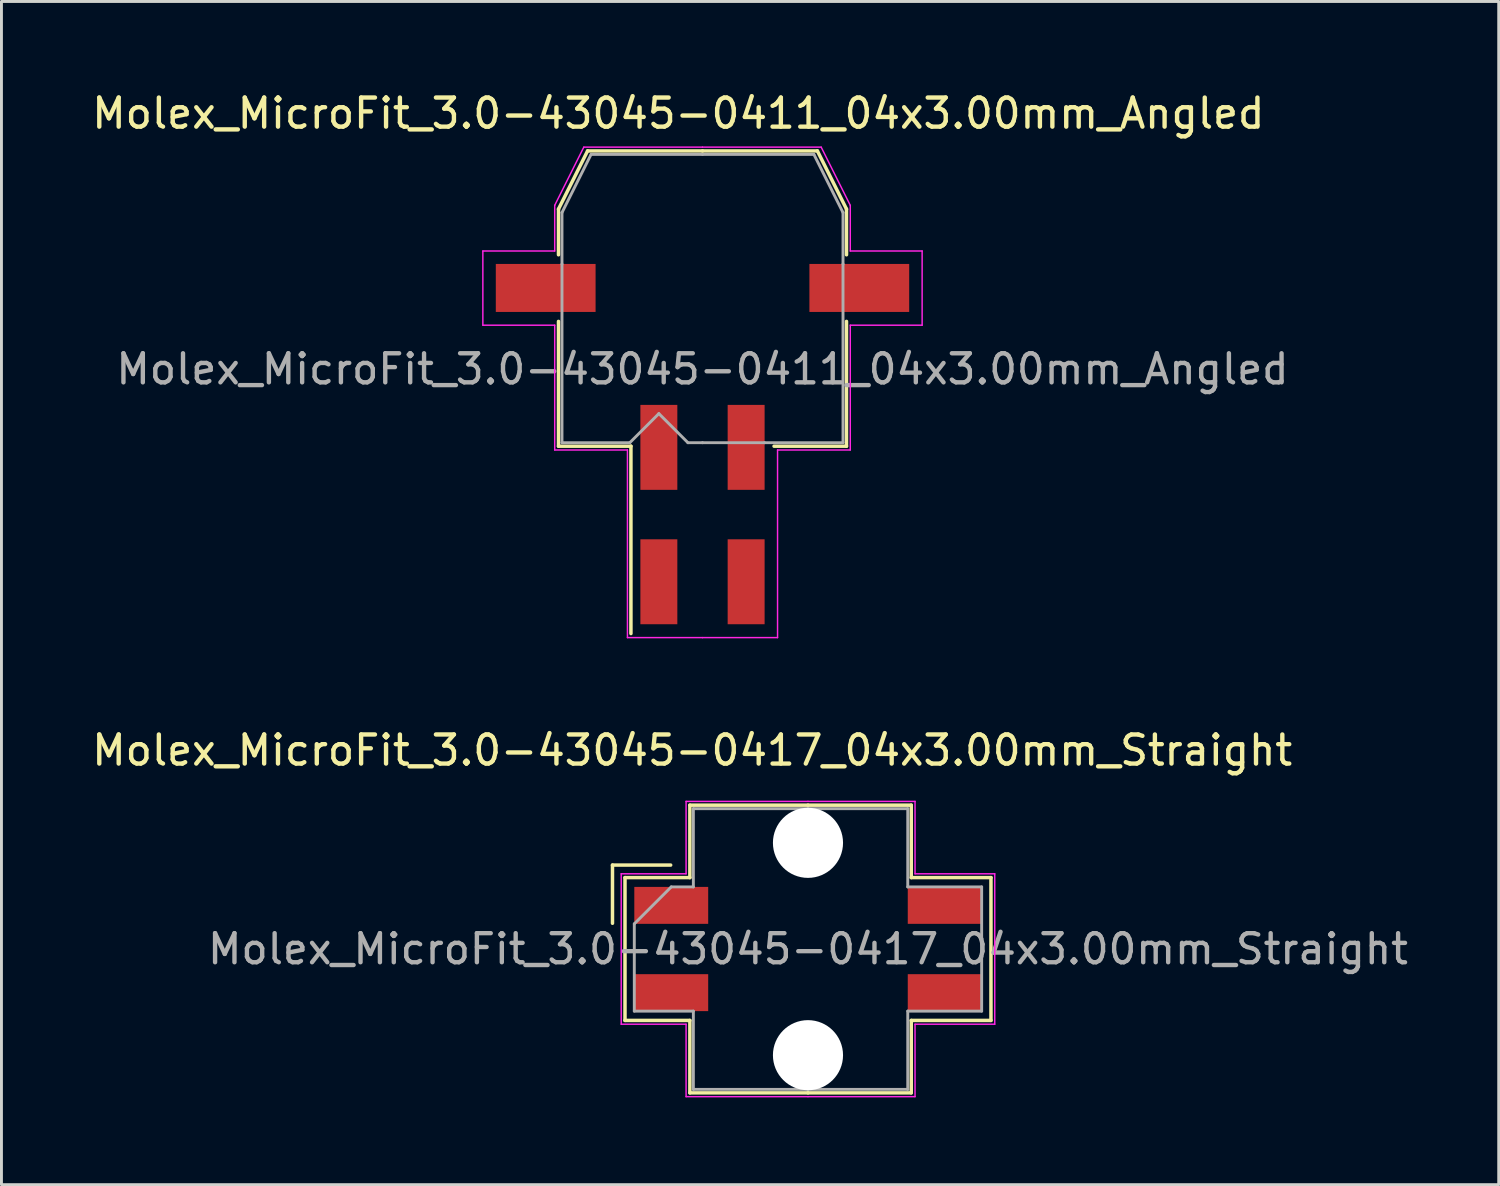
<source format=kicad_pcb>
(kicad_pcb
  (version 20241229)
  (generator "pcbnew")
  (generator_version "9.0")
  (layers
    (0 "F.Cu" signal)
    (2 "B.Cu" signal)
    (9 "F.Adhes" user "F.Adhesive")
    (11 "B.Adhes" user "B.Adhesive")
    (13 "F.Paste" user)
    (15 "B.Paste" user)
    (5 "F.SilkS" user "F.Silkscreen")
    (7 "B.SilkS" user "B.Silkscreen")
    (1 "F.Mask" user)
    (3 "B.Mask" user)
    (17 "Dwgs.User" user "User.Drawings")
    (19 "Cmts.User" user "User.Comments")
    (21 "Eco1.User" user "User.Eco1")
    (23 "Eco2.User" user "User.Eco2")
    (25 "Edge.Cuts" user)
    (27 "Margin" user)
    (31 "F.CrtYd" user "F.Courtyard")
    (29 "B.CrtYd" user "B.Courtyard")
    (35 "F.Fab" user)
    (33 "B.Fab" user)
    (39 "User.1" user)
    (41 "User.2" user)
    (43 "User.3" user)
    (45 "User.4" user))
  (footprint "Molex_MicroFit_3.0-43045-0411_04x3.00mm_Angled"
    (layer "F.Cu")
    (at 21.098 14.638)
    (property "Reference" "Molex_MicroFit_3.0-43045-0411_04x3.00mm_Angled" (at -0.83 -13.79 0) (layer "F.SilkS") (effects (font (size 1 1) (thickness 0.15))))
    (attr smd)
    (fp_line (start -4.95 -10.5) (end -4.95 -8.93) (stroke (width 0.12) (type solid)) (layer "F.SilkS"))
    (fp_line (start -4.95 -6.64) (end -4.95 -2.35) (stroke (width 0.12) (type solid)) (layer "F.SilkS"))
    (fp_line (start -4.95 -2.35) (end -2.46 -2.35) (stroke (width 0.12) (type solid)) (layer "F.SilkS"))
    (fp_line (start -3.95 -12.5) (end -4.95 -10.5) (stroke (width 0.12) (type solid)) (layer "F.SilkS"))
    (fp_line (start -2.46 -2.35) (end -2.46 4.09) (stroke (width 0.12) (type solid)) (layer "F.SilkS"))
    (fp_line (start 0 -12.5) (end -3.95 -12.5) (stroke (width 0.12) (type solid)) (layer "F.SilkS"))
    (fp_line (start 0 -12.5) (end 3.95 -12.5) (stroke (width 0.12) (type solid)) (layer "F.SilkS"))
    (fp_line (start 3.95 -12.5) (end 4.95 -10.5) (stroke (width 0.12) (type solid)) (layer "F.SilkS"))
    (fp_line (start 4.95 -10.5) (end 4.95 -8.93) (stroke (width 0.12) (type solid)) (layer "F.SilkS"))
    (fp_line (start 4.95 -6.64) (end 4.95 -2.35) (stroke (width 0.12) (type solid)) (layer "F.SilkS"))
    (fp_line (start 4.95 -2.35) (end 2.46 -2.35) (stroke (width 0.12) (type solid)) (layer "F.SilkS"))
    (fp_line (start -7.55 -9.06) (end -7.55 -6.51) (stroke (width 0.05) (type solid)) (layer "F.CrtYd"))
    (fp_line (start -7.55 -6.51) (end -5.08 -6.51) (stroke (width 0.05) (type solid)) (layer "F.CrtYd"))
    (fp_line (start -5.08 -10.63) (end -5.08 -9.06) (stroke (width 0.05) (type solid)) (layer "F.CrtYd"))
    (fp_line (start -5.08 -9.06) (end -7.55 -9.06) (stroke (width 0.05) (type solid)) (layer "F.CrtYd"))
    (fp_line (start -5.08 -6.51) (end -5.08 -2.22) (stroke (width 0.05) (type solid)) (layer "F.CrtYd"))
    (fp_line (start -5.08 -2.22) (end -2.58 -2.22) (stroke (width 0.05) (type solid)) (layer "F.CrtYd"))
    (fp_line (start -4.08 -12.63) (end -5.08 -10.63) (stroke (width 0.05) (type solid)) (layer "F.CrtYd"))
    (fp_line (start -2.58 -2.22) (end -2.58 4.23) (stroke (width 0.05) (type solid)) (layer "F.CrtYd"))
    (fp_line (start -2.58 4.23) (end 0 4.23) (stroke (width 0.05) (type solid)) (layer "F.CrtYd"))
    (fp_line (start 0 -12.63) (end -4.08 -12.63) (stroke (width 0.05) (type solid)) (layer "F.CrtYd"))
    (fp_line (start 0 -12.63) (end 4.08 -12.63) (stroke (width 0.05) (type solid)) (layer "F.CrtYd"))
    (fp_line (start 2.58 -2.22) (end 2.58 4.23) (stroke (width 0.05) (type solid)) (layer "F.CrtYd"))
    (fp_line (start 2.58 4.23) (end 0 4.23) (stroke (width 0.05) (type solid)) (layer "F.CrtYd"))
    (fp_line (start 4.08 -12.63) (end 5.08 -10.63) (stroke (width 0.05) (type solid)) (layer "F.CrtYd"))
    (fp_line (start 5.08 -10.63) (end 5.08 -9.06) (stroke (width 0.05) (type solid)) (layer "F.CrtYd"))
    (fp_line (start 5.08 -9.06) (end 7.55 -9.06) (stroke (width 0.05) (type solid)) (layer "F.CrtYd"))
    (fp_line (start 5.08 -6.51) (end 5.08 -2.22) (stroke (width 0.05) (type solid)) (layer "F.CrtYd"))
    (fp_line (start 5.08 -2.22) (end 2.58 -2.22) (stroke (width 0.05) (type solid)) (layer "F.CrtYd"))
    (fp_line (start 7.55 -9.06) (end 7.55 -6.51) (stroke (width 0.05) (type solid)) (layer "F.CrtYd"))
    (fp_line (start 7.55 -6.51) (end 5.08 -6.51) (stroke (width 0.05) (type solid)) (layer "F.CrtYd"))
    (fp_line (start -4.83 -10.38) (end -4.83 -8.61) (stroke (width 0.1) (type solid)) (layer "F.Fab"))
    (fp_line (start -4.83 -8.61) (end -4.83 -2.47) (stroke (width 0.1) (type solid)) (layer "F.Fab"))
    (fp_line (start -4.83 -2.47) (end -2.5 -2.47) (stroke (width 0.1) (type solid)) (layer "F.Fab"))
    (fp_line (start -3.83 -12.38) (end -4.83 -10.38) (stroke (width 0.1) (type solid)) (layer "F.Fab"))
    (fp_line (start -2.5 -2.47) (end -1.5 -3.47) (stroke (width 0.1) (type solid)) (layer "F.Fab"))
    (fp_line (start -1.5 -3.47) (end -0.5 -2.47) (stroke (width 0.1) (type solid)) (layer "F.Fab"))
    (fp_line (start -0.5 -2.47) (end 0 -2.47) (stroke (width 0.1) (type solid)) (layer "F.Fab"))
    (fp_line (start 0 -12.38) (end -3.83 -12.38) (stroke (width 0.1) (type solid)) (layer "F.Fab"))
    (fp_line (start 0 -12.38) (end 3.83 -12.38) (stroke (width 0.1) (type solid)) (layer "F.Fab"))
    (fp_line (start 2.13 -2.47) (end 0 -2.47) (stroke (width 0.1) (type solid)) (layer "F.Fab"))
    (fp_line (start 3.83 -12.38) (end 4.83 -10.38) (stroke (width 0.1) (type solid)) (layer "F.Fab"))
    (fp_line (start 4.83 -10.38) (end 4.83 -8.61) (stroke (width 0.1) (type solid)) (layer "F.Fab"))
    (fp_line (start 4.83 -8.61) (end 4.83 -2.47) (stroke (width 0.1) (type solid)) (layer "F.Fab"))
    (fp_line (start 4.83 -2.47) (end 2.13 -2.47) (stroke (width 0.1) (type solid)) (layer "F.Fab"))
    (fp_text user "${REFERENCE}" (at 0 -5 0) (layer "F.Fab") (effects (font (size 1 1) (thickness 0.15))))
    (pad "" smd rect (at -5.39 -7.79) (size 3.43 1.65) (layers "F.Cu" "F.Mask" "F.Paste"))
    (pad "" smd rect (at 5.39 -7.79) (size 3.43 1.65) (layers "F.Cu" "F.Mask" "F.Paste"))
    (pad "1" smd rect (at -1.5 -2.31) (size 1.27 2.92) (layers "F.Cu" "F.Mask" "F.Paste"))
    (pad "2" smd rect (at 1.5 -2.31) (size 1.27 2.92) (layers "F.Cu" "F.Mask" "F.Paste"))
    (pad "3" smd rect (at 1.5 2.31) (size 1.27 2.92) (layers "F.Cu" "F.Mask" "F.Paste"))
    (pad "4" smd rect (at -1.5 2.31) (size 1.27 2.92) (layers "F.Cu" "F.Mask" "F.Paste")))
  (footprint "Molex_MicroFit_3.0-43045-0417_04x3.00mm_Straight"
    (layer "F.Cu")
    (at 24.724 29.572)
    (property "Reference" "Molex_MicroFit_3.0-43045-0417_04x3.00mm_Straight" (at -3.98 -6.83 0) (layer "F.SilkS") (effects (font (size 1 1) (thickness 0.15))))
    (attr smd)
    (fp_line (start -6.72 -2.885) (end -6.72 -0.885) (stroke (width 0.12) (type solid)) (layer "F.SilkS"))
    (fp_line (start -6.29 -2.455) (end -4.06 -2.455) (stroke (width 0.12) (type solid)) (layer "F.SilkS"))
    (fp_line (start -6.29 2.455) (end -6.29 -2.455) (stroke (width 0.12) (type solid)) (layer "F.SilkS"))
    (fp_line (start -4.72 -2.885) (end -6.72 -2.885) (stroke (width 0.12) (type solid)) (layer "F.SilkS"))
    (fp_line (start -4.06 -4.945) (end 0 -4.945) (stroke (width 0.12) (type solid)) (layer "F.SilkS"))
    (fp_line (start -4.06 -2.455) (end -4.06 -4.945) (stroke (width 0.12) (type solid)) (layer "F.SilkS"))
    (fp_line (start -4.06 2.455) (end -6.29 2.455) (stroke (width 0.12) (type solid)) (layer "F.SilkS"))
    (fp_line (start -4.06 4.945) (end -4.06 2.455) (stroke (width 0.12) (type solid)) (layer "F.SilkS"))
    (fp_line (start 0 -4.945) (end 3.55 -4.945) (stroke (width 0.12) (type solid)) (layer "F.SilkS"))
    (fp_line (start 0 4.945) (end -4.06 4.945) (stroke (width 0.12) (type solid)) (layer "F.SilkS"))
    (fp_line (start 3.55 -4.945) (end 3.55 -2.455) (stroke (width 0.12) (type solid)) (layer "F.SilkS"))
    (fp_line (start 3.55 -2.455) (end 6.29 -2.455) (stroke (width 0.12) (type solid)) (layer "F.SilkS"))
    (fp_line (start 3.55 2.455) (end 3.55 4.945) (stroke (width 0.12) (type solid)) (layer "F.SilkS"))
    (fp_line (start 3.55 4.945) (end 0 4.945) (stroke (width 0.12) (type solid)) (layer "F.SilkS"))
    (fp_line (start 6.29 -2.455) (end 6.29 2.455) (stroke (width 0.12) (type solid)) (layer "F.SilkS"))
    (fp_line (start 6.29 2.455) (end 3.55 2.455) (stroke (width 0.12) (type solid)) (layer "F.SilkS"))
    (fp_line (start -6.42 -2.585) (end -4.19 -2.585) (stroke (width 0.05) (type solid)) (layer "F.CrtYd"))
    (fp_line (start -6.42 2.585) (end -6.42 -2.585) (stroke (width 0.05) (type solid)) (layer "F.CrtYd"))
    (fp_line (start -4.19 -5.075) (end 0 -5.075) (stroke (width 0.05) (type solid)) (layer "F.CrtYd"))
    (fp_line (start -4.19 -2.585) (end -4.19 -5.075) (stroke (width 0.05) (type solid)) (layer "F.CrtYd"))
    (fp_line (start -4.19 2.585) (end -6.42 2.585) (stroke (width 0.05) (type solid)) (layer "F.CrtYd"))
    (fp_line (start -4.19 5.075) (end -4.19 2.585) (stroke (width 0.05) (type solid)) (layer "F.CrtYd"))
    (fp_line (start 0 -5.075) (end 3.68 -5.075) (stroke (width 0.05) (type solid)) (layer "F.CrtYd"))
    (fp_line (start 0 5.075) (end -4.19 5.075) (stroke (width 0.05) (type solid)) (layer "F.CrtYd"))
    (fp_line (start 3.68 -5.075) (end 3.68 -2.585) (stroke (width 0.05) (type solid)) (layer "F.CrtYd"))
    (fp_line (start 3.68 -2.585) (end 6.42 -2.585) (stroke (width 0.05) (type solid)) (layer "F.CrtYd"))
    (fp_line (start 3.68 2.585) (end 3.68 5.075) (stroke (width 0.05) (type solid)) (layer "F.CrtYd"))
    (fp_line (start 3.68 5.075) (end 0 5.075) (stroke (width 0.05) (type solid)) (layer "F.CrtYd"))
    (fp_line (start 6.42 -2.585) (end 6.42 2.585) (stroke (width 0.05) (type solid)) (layer "F.CrtYd"))
    (fp_line (start 6.42 2.585) (end 3.68 2.585) (stroke (width 0.05) (type solid)) (layer "F.CrtYd"))
    (fp_line (start -5.97 -0.865) (end -4.7 -2.135) (stroke (width 0.1) (type solid)) (layer "F.Fab"))
    (fp_line (start -5.97 2.135) (end -5.97 -0.865) (stroke (width 0.1) (type solid)) (layer "F.Fab"))
    (fp_line (start -4.7 -2.135) (end -3.94 -2.135) (stroke (width 0.1) (type solid)) (layer "F.Fab"))
    (fp_line (start -3.94 -4.825) (end 0 -4.825) (stroke (width 0.1) (type solid)) (layer "F.Fab"))
    (fp_line (start -3.94 -2.135) (end -3.94 -4.825) (stroke (width 0.1) (type solid)) (layer "F.Fab"))
    (fp_line (start -3.94 2.135) (end -5.97 2.135) (stroke (width 0.1) (type solid)) (layer "F.Fab"))
    (fp_line (start -3.94 4.825) (end -3.94 2.135) (stroke (width 0.1) (type solid)) (layer "F.Fab"))
    (fp_line (start 0 -4.825) (end 3.43 -4.825) (stroke (width 0.1) (type solid)) (layer "F.Fab"))
    (fp_line (start 0 4.825) (end -3.94 4.825) (stroke (width 0.1) (type solid)) (layer "F.Fab"))
    (fp_line (start 3.43 -4.825) (end 3.43 -2.135) (stroke (width 0.1) (type solid)) (layer "F.Fab"))
    (fp_line (start 3.43 -2.135) (end 5.97 -2.135) (stroke (width 0.1) (type solid)) (layer "F.Fab"))
    (fp_line (start 3.43 2.135) (end 3.43 4.825) (stroke (width 0.1) (type solid)) (layer "F.Fab"))
    (fp_line (start 3.43 4.825) (end 0 4.825) (stroke (width 0.1) (type solid)) (layer "F.Fab"))
    (fp_line (start 5.97 -2.135) (end 5.97 2.135) (stroke (width 0.1) (type solid)) (layer "F.Fab"))
    (fp_line (start 5.97 2.135) (end 3.43 2.135) (stroke (width 0.1) (type solid)) (layer "F.Fab"))
    (fp_text user "${REFERENCE}" (at 0 0 0) (layer "F.Fab") (effects (font (size 1 1) (thickness 0.15))))
    (pad "" np_thru_hole circle (at 0 -3.65) (size 2.41 2.41) (drill 2.41) (layers "*.Cu"))
    (pad "" np_thru_hole circle (at 0 3.65) (size 2.41 2.41) (drill 2.41) (layers "*.Cu"))
    (pad "1" smd rect (at -4.7 -1.5) (size 2.54 1.27) (layers "F.Cu" "F.Mask" "F.Paste"))
    (pad "2" smd rect (at -4.7 1.5) (size 2.54 1.27) (layers "F.Cu" "F.Mask" "F.Paste"))
    (pad "3" smd rect (at 4.7 1.5) (size 2.54 1.27) (layers "F.Cu" "F.Mask" "F.Paste"))
    (pad "4" smd rect (at 4.7 -1.5) (size 2.54 1.27) (layers "F.Cu" "F.Mask" "F.Paste")))
  (gr_rect
    (start -3 -3)
    (end 48.468 37.672)
    (stroke (width 0.1) (type default))
    (fill no)
    (layer "Edge.Cuts")))
</source>
